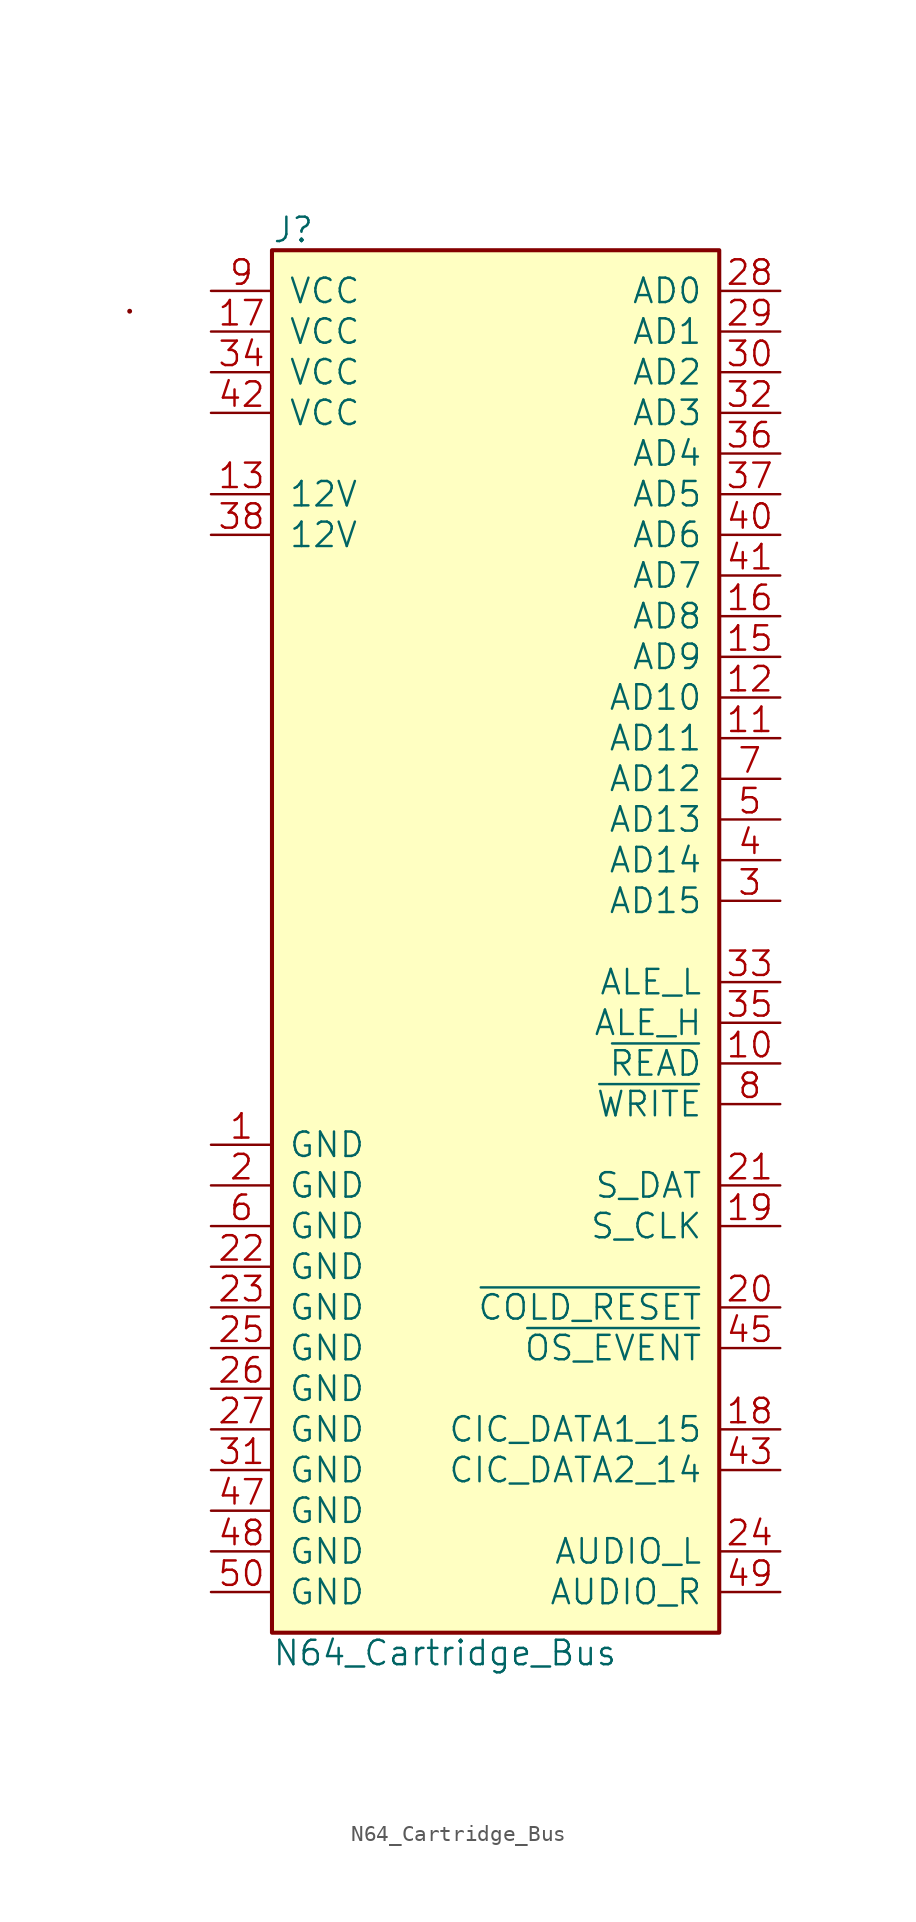
<source format=kicad_sym>
(kicad_symbol_lib
  (version 20231120)
  (generator "kicad_symbol_editor")
  (generator_version "8.0")
  (symbol "N64_Cartridge_Bus"
    (pin_names
      (offset 1.016))
    (property "Reference" "J"
      (at -13.97 44.45 0)
      (effects (font (size 1.524 1.524)) (justify left)))
    (property "Value" "N64_Cartridge_Bus"
      (at -13.97 -44.45 0)
      (effects (font (size 1.524 1.524)) (justify left)))
    (property "Datasheet" ""
      (at -3.81 -16.51 0)
      (effects (font (size 1.524 1.524))))
    (symbol "N64_Cartridge_Bus_0_1"
      (circle (center -22.86 39.37) (radius 0.0001) (stroke (width 0) (type solid)) (fill (type none)))
      (rectangle (start 13.97 43.18) (end -13.97 -43.18) (stroke (width 0.254) (type solid)) (fill (type background))))
    (symbol "N64_Cartridge_Bus_1_1"
      (pin power_out line (at -17.78 -12.7 0) (length 3.81) (name "GND" (effects (font (size 1.524 1.524)))) (number "1" (effects (font (size 1.524 1.524)))))
      (pin output line (at 17.78 -7.62 180) (length 3.81) (name "~{READ}" (effects (font (size 1.524 1.524)))) (number "10" (effects (font (size 1.524 1.524)))))
      (pin bidirectional line (at 17.78 12.7 180) (length 3.81) (name "AD11" (effects (font (size 1.524 1.524)))) (number "11" (effects (font (size 1.524 1.524)))))
      (pin bidirectional line (at 17.78 15.24 180) (length 3.81) (name "AD10" (effects (font (size 1.524 1.524)))) (number "12" (effects (font (size 1.524 1.524)))))
      (pin power_out line (at -17.78 27.94 0) (length 3.81) (name "12V" (effects (font (size 1.524 1.524)))) (number "13" (effects (font (size 1.524 1.524)))))
      (pin no_connect line (at -17.78 10.16 0) (length 3.81) hide (name "NC" (effects (font (size 1.524 1.524)))) (number "14" (effects (font (size 1.524 1.524)))))
      (pin bidirectional line (at 17.78 17.78 180) (length 3.81) (name "AD9" (effects (font (size 1.524 1.524)))) (number "15" (effects (font (size 1.524 1.524)))))
      (pin bidirectional line (at 17.78 20.32 180) (length 3.81) (name "AD8" (effects (font (size 1.524 1.524)))) (number "16" (effects (font (size 1.524 1.524)))))
      (pin power_out line (at -17.78 38.1 0) (length 3.81) (name "VCC" (effects (font (size 1.524 1.524)))) (number "17" (effects (font (size 1.524 1.524)))))
      (pin bidirectional line (at 17.78 -30.48 180) (length 3.81) (name "CIC_DATA1_15" (effects (font (size 1.524 1.524)))) (number "18" (effects (font (size 1.524 1.524)))))
      (pin output line (at 17.78 -17.78 180) (length 3.81) (name "S_CLK" (effects (font (size 1.524 1.524)))) (number "19" (effects (font (size 1.524 1.524)))))
      (pin power_out line (at -17.78 -15.24 0) (length 3.81) (name "GND" (effects (font (size 1.524 1.524)))) (number "2" (effects (font (size 1.524 1.524)))))
      (pin output line (at 17.78 -22.86 180) (length 3.81) (name "~{COLD_RESET}" (effects (font (size 1.524 1.524)))) (number "20" (effects (font (size 1.524 1.524)))))
      (pin bidirectional line (at 17.78 -15.24 180) (length 3.81) (name "S_DAT" (effects (font (size 1.524 1.524)))) (number "21" (effects (font (size 1.524 1.524)))))
      (pin power_out line (at -17.78 -20.32 0) (length 3.81) (name "GND" (effects (font (size 1.524 1.524)))) (number "22" (effects (font (size 1.524 1.524)))))
      (pin power_out line (at -17.78 -22.86 0) (length 3.81) (name "GND" (effects (font (size 1.524 1.524)))) (number "23" (effects (font (size 1.524 1.524)))))
      (pin output line (at 17.78 -38.1 180) (length 3.81) (name "AUDIO_L" (effects (font (size 1.524 1.524)))) (number "24" (effects (font (size 1.524 1.524)))))
      (pin power_out line (at -17.78 -25.4 0) (length 3.81) (name "GND" (effects (font (size 1.524 1.524)))) (number "25" (effects (font (size 1.524 1.524)))))
      (pin power_out line (at -17.78 -27.94 0) (length 3.81) (name "GND" (effects (font (size 1.524 1.524)))) (number "26" (effects (font (size 1.524 1.524)))))
      (pin power_out line (at -17.78 -30.48 0) (length 3.81) (name "GND" (effects (font (size 1.524 1.524)))) (number "27" (effects (font (size 1.524 1.524)))))
      (pin bidirectional line (at 17.78 40.64 180) (length 3.81) (name "AD0" (effects (font (size 1.524 1.524)))) (number "28" (effects (font (size 1.524 1.524)))))
      (pin bidirectional line (at 17.78 38.1 180) (length 3.81) (name "AD1" (effects (font (size 1.524 1.524)))) (number "29" (effects (font (size 1.524 1.524)))))
      (pin bidirectional line (at 17.78 2.54 180) (length 3.81) (name "AD15" (effects (font (size 1.524 1.524)))) (number "3" (effects (font (size 1.524 1.524)))))
      (pin bidirectional line (at 17.78 35.56 180) (length 3.81) (name "AD2" (effects (font (size 1.524 1.524)))) (number "30" (effects (font (size 1.524 1.524)))))
      (pin power_out line (at -17.78 -33.02 0) (length 3.81) (name "GND" (effects (font (size 1.524 1.524)))) (number "31" (effects (font (size 1.524 1.524)))))
      (pin bidirectional line (at 17.78 33.02 180) (length 3.81) (name "AD3" (effects (font (size 1.524 1.524)))) (number "32" (effects (font (size 1.524 1.524)))))
      (pin output line (at 17.78 -2.54 180) (length 3.81) (name "ALE_L" (effects (font (size 1.524 1.524)))) (number "33" (effects (font (size 1.524 1.524)))))
      (pin power_out line (at -17.78 35.56 0) (length 3.81) (name "VCC" (effects (font (size 1.524 1.524)))) (number "34" (effects (font (size 1.524 1.524)))))
      (pin output line (at 17.78 -5.08 180) (length 3.81) (name "ALE_H" (effects (font (size 1.524 1.524)))) (number "35" (effects (font (size 1.524 1.524)))))
      (pin bidirectional line (at 17.78 30.48 180) (length 3.81) (name "AD4" (effects (font (size 1.524 1.524)))) (number "36" (effects (font (size 1.524 1.524)))))
      (pin bidirectional line (at 17.78 27.94 180) (length 3.81) (name "AD5" (effects (font (size 1.524 1.524)))) (number "37" (effects (font (size 1.524 1.524)))))
      (pin power_out line (at -17.78 25.4 0) (length 3.81) (name "12V" (effects (font (size 1.524 1.524)))) (number "38" (effects (font (size 1.524 1.524)))))
      (pin no_connect line (at -17.78 7.62 0) (length 3.81) hide (name "NC" (effects (font (size 1.524 1.524)))) (number "39" (effects (font (size 1.524 1.524)))))
      (pin bidirectional line (at 17.78 5.08 180) (length 3.81) (name "AD14" (effects (font (size 1.524 1.524)))) (number "4" (effects (font (size 1.524 1.524)))))
      (pin bidirectional line (at 17.78 25.4 180) (length 3.81) (name "AD6" (effects (font (size 1.524 1.524)))) (number "40" (effects (font (size 1.524 1.524)))))
      (pin bidirectional line (at 17.78 22.86 180) (length 3.81) (name "AD7" (effects (font (size 1.524 1.524)))) (number "41" (effects (font (size 1.524 1.524)))))
      (pin power_out line (at -17.78 33.02 0) (length 3.81) (name "VCC" (effects (font (size 1.524 1.524)))) (number "42" (effects (font (size 1.524 1.524)))))
      (pin bidirectional line (at 17.78 -33.02 180) (length 3.81) (name "CIC_DATA2_14" (effects (font (size 1.524 1.524)))) (number "43" (effects (font (size 1.524 1.524)))))
      (pin no_connect line (at -17.78 5.08 0) (length 3.81) hide (name "NC" (effects (font (size 1.524 1.524)))) (number "44" (effects (font (size 1.524 1.524)))))
      (pin input line (at 17.78 -25.4 180) (length 3.81) (name "~{OS_EVENT}" (effects (font (size 1.524 1.524)))) (number "45" (effects (font (size 1.524 1.524)))))
      (pin no_connect line (at -17.78 2.54 0) (length 3.81) hide (name "NC" (effects (font (size 1.524 1.524)))) (number "46" (effects (font (size 1.524 1.524)))))
      (pin power_out line (at -17.78 -35.56 0) (length 3.81) (name "GND" (effects (font (size 1.524 1.524)))) (number "47" (effects (font (size 1.524 1.524)))))
      (pin power_out line (at -17.78 -38.1 0) (length 3.81) (name "GND" (effects (font (size 1.524 1.524)))) (number "48" (effects (font (size 1.524 1.524)))))
      (pin output line (at 17.78 -40.64 180) (length 3.81) (name "AUDIO_R" (effects (font (size 1.524 1.524)))) (number "49" (effects (font (size 1.524 1.524)))))
      (pin bidirectional line (at 17.78 7.62 180) (length 3.81) (name "AD13" (effects (font (size 1.524 1.524)))) (number "5" (effects (font (size 1.524 1.524)))))
      (pin power_out line (at -17.78 -40.64 0) (length 3.81) (name "GND" (effects (font (size 1.524 1.524)))) (number "50" (effects (font (size 1.524 1.524)))))
      (pin power_out line (at -17.78 -17.78 0) (length 3.81) (name "GND" (effects (font (size 1.524 1.524)))) (number "6" (effects (font (size 1.524 1.524)))))
      (pin bidirectional line (at 17.78 10.16 180) (length 3.81) (name "AD12" (effects (font (size 1.524 1.524)))) (number "7" (effects (font (size 1.524 1.524)))))
      (pin output line (at 17.78 -10.16 180) (length 3.81) (name "~{WRITE}" (effects (font (size 1.524 1.524)))) (number "8" (effects (font (size 1.524 1.524)))))
      (pin power_out line (at -17.78 40.64 0) (length 3.81) (name "VCC" (effects (font (size 1.524 1.524)))) (number "9" (effects (font (size 1.524 1.524))))))))
</source>
